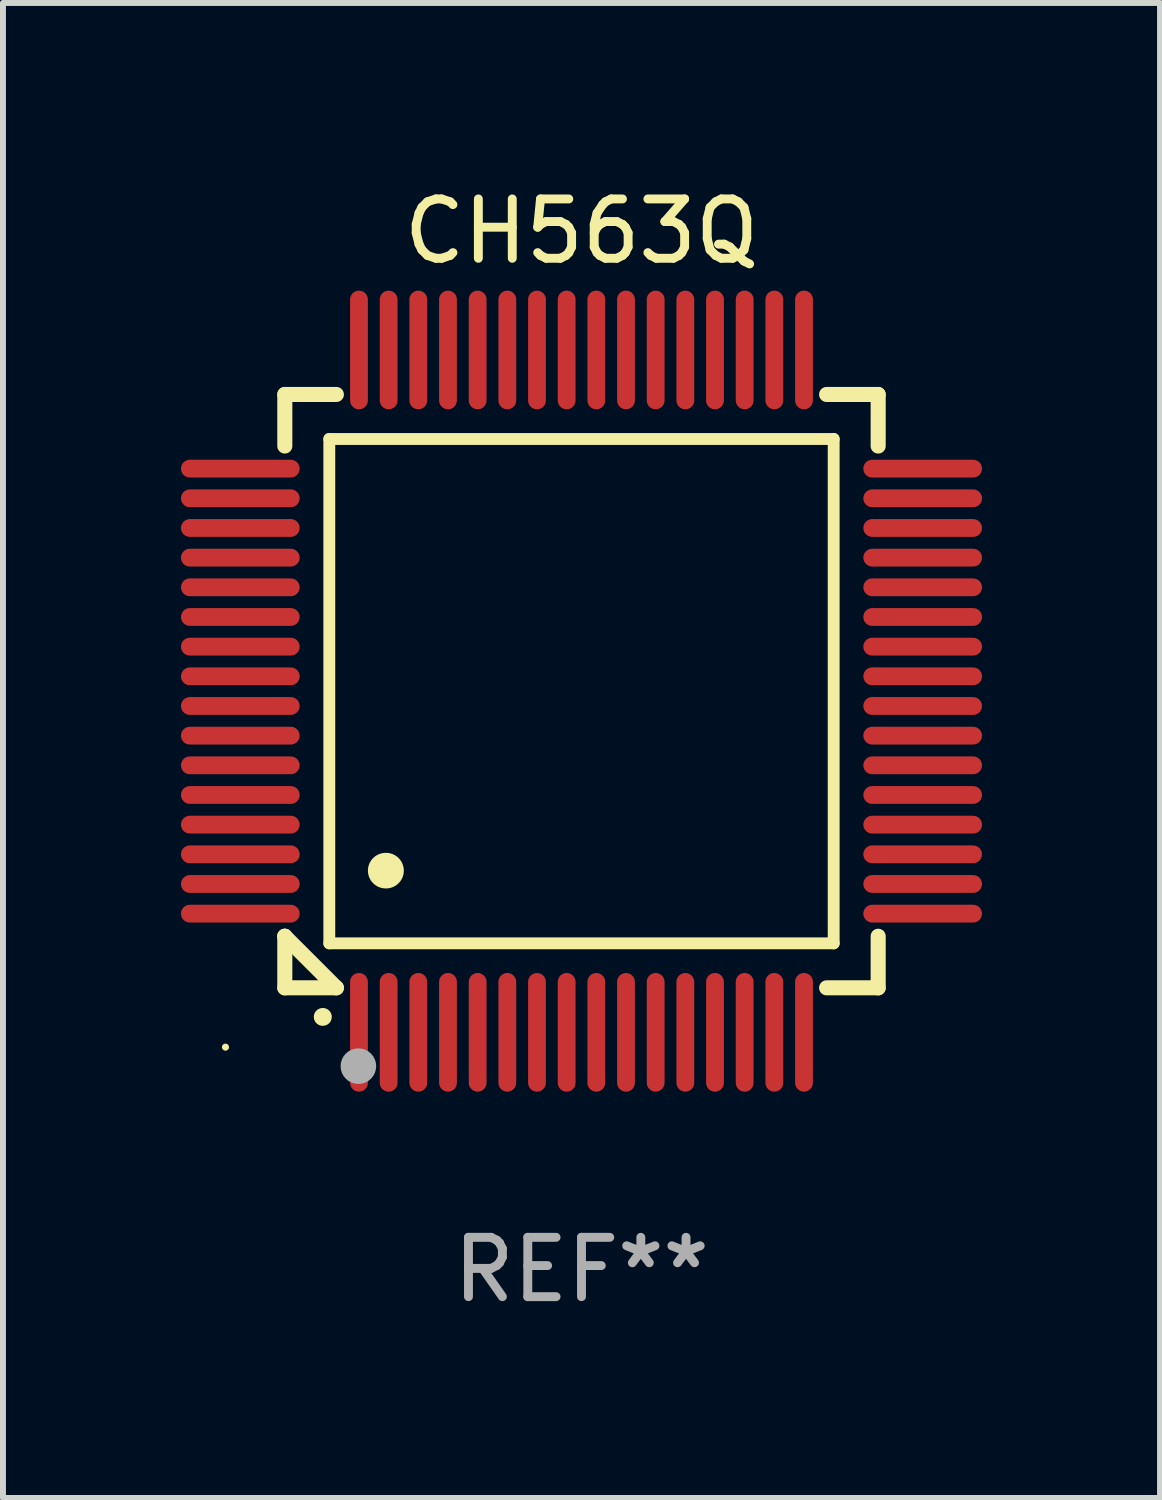
<source format=kicad_pcb>
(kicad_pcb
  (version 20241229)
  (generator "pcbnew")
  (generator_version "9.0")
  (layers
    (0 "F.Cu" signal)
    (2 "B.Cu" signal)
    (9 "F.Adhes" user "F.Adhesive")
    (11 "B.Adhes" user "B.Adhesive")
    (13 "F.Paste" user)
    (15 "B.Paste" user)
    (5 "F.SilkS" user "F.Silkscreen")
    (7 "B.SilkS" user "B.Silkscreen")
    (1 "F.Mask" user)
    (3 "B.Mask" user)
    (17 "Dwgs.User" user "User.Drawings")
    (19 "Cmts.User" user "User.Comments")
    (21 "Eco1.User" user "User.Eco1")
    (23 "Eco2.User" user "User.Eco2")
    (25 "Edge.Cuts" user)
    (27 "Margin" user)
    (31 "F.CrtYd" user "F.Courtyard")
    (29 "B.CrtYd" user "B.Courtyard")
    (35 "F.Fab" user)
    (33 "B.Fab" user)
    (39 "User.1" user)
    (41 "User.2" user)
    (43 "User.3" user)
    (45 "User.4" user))
  (footprint "CH563Q"
    (layer "F.Cu")
    (at 6.75 8.598)
    (property "Reference" "CH563Q" (at 0 -7.75 0) (layer "F.SilkS") (effects (font (size 1 1) (thickness 0.15))))
    (attr through_hole)
    (fp_line (start -5 -5) (end -4.131 -5) (stroke (width 0.254) (type solid)) (layer "F.SilkS"))
    (fp_line (start -5 -4.131) (end -5 -5) (stroke (width 0.254) (type solid)) (layer "F.SilkS"))
    (fp_line (start -5 4.131) (end -5 4.131) (stroke (width 0.254) (type solid)) (layer "F.SilkS"))
    (fp_line (start -5 5) (end -5 4.131) (stroke (width 0.254) (type solid)) (layer "F.SilkS"))
    (fp_line (start -5 4.131) (end -4.131 5) (stroke (width 0.254) (type solid)) (layer "F.SilkS"))
    (fp_line (start -4.25 -4.25) (end -4.25 4.25) (stroke (width 0.2) (type solid)) (layer "F.SilkS"))
    (fp_line (start -4.25 4.25) (end 4.25 4.25) (stroke (width 0.2) (type solid)) (layer "F.SilkS"))
    (fp_line (start -4.131 5) (end -5 5) (stroke (width 0.254) (type solid)) (layer "F.SilkS"))
    (fp_line (start 4.25 -4.25) (end -4.25 -4.25) (stroke (width 0.2) (type solid)) (layer "F.SilkS"))
    (fp_line (start 4.25 4.25) (end 4.25 -4.25) (stroke (width 0.2) (type solid)) (layer "F.SilkS"))
    (fp_line (start 5 -5) (end 4.131 -5) (stroke (width 0.254) (type solid)) (layer "F.SilkS"))
    (fp_line (start 5 -5) (end 5 -4.131) (stroke (width 0.254) (type solid)) (layer "F.SilkS"))
    (fp_line (start 5 4.131) (end 5 5) (stroke (width 0.254) (type solid)) (layer "F.SilkS"))
    (fp_line (start 5 5) (end 4.131 5) (stroke (width 0.254) (type solid)) (layer "F.SilkS"))
    (fp_arc (start -4.361265 5.489992) (mid -4.359995 5.489987) (end -4.358725 5.489992) (stroke (width 0.3) (type solid)) (layer "F.SilkS"))
    (fp_arc (start -3.299467 3.025146) (mid -3.296927 3.025135) (end -3.294387 3.025146) (stroke (width 0.6) (type solid)) (layer "F.SilkS"))
    (fp_circle (center -6 6) (end -5.97 6) (stroke (width 0.06) (type solid)) (fill no) (layer "F.SilkS"))
    (fp_circle (center -3.76 6.32) (end -3.61 6.32) (stroke (width 0.3) (type solid)) (fill no) (layer "F.Fab"))
    (fp_text user "REF**" (at 0 9.75 0) (layer "F.Fab") (effects (font (size 1 1) (thickness 0.15))))
    (pad "1" smd oval (at -3.75 5.75) (size 0.3 2) (layers "F.Cu" "F.Mask" "F.Paste"))
    (pad "2" smd oval (at -3.25 5.75) (size 0.3 2) (layers "F.Cu" "F.Mask" "F.Paste"))
    (pad "3" smd oval (at -2.75 5.75) (size 0.3 2) (layers "F.Cu" "F.Mask" "F.Paste"))
    (pad "4" smd oval (at -2.25 5.75) (size 0.3 2) (layers "F.Cu" "F.Mask" "F.Paste"))
    (pad "5" smd oval (at -1.75 5.75) (size 0.3 2) (layers "F.Cu" "F.Mask" "F.Paste"))
    (pad "6" smd oval (at -1.25 5.75) (size 0.3 2) (layers "F.Cu" "F.Mask" "F.Paste"))
    (pad "7" smd oval (at -0.75 5.75) (size 0.3 2) (layers "F.Cu" "F.Mask" "F.Paste"))
    (pad "8" smd oval (at -0.25 5.75) (size 0.3 2) (layers "F.Cu" "F.Mask" "F.Paste"))
    (pad "9" smd oval (at 0.25 5.75) (size 0.3 2) (layers "F.Cu" "F.Mask" "F.Paste"))
    (pad "10" smd oval (at 0.75 5.75) (size 0.3 2) (layers "F.Cu" "F.Mask" "F.Paste"))
    (pad "11" smd oval (at 1.25 5.75) (size 0.3 2) (layers "F.Cu" "F.Mask" "F.Paste"))
    (pad "12" smd oval (at 1.75 5.75) (size 0.3 2) (layers "F.Cu" "F.Mask" "F.Paste"))
    (pad "13" smd oval (at 2.25 5.75) (size 0.3 2) (layers "F.Cu" "F.Mask" "F.Paste"))
    (pad "14" smd oval (at 2.75 5.75) (size 0.3 2) (layers "F.Cu" "F.Mask" "F.Paste"))
    (pad "15" smd oval (at 3.25 5.75) (size 0.3 2) (layers "F.Cu" "F.Mask" "F.Paste"))
    (pad "16" smd oval (at 3.75 5.75) (size 0.3 2) (layers "F.Cu" "F.Mask" "F.Paste"))
    (pad "17" smd oval (at 5.75 3.75) (size 2 0.3) (layers "F.Cu" "F.Mask" "F.Paste"))
    (pad "18" smd oval (at 5.75 3.25) (size 2 0.3) (layers "F.Cu" "F.Mask" "F.Paste"))
    (pad "19" smd oval (at 5.75 2.75) (size 2 0.3) (layers "F.Cu" "F.Mask" "F.Paste"))
    (pad "20" smd oval (at 5.75 2.25) (size 2 0.3) (layers "F.Cu" "F.Mask" "F.Paste"))
    (pad "21" smd oval (at 5.75 1.75) (size 2 0.3) (layers "F.Cu" "F.Mask" "F.Paste"))
    (pad "22" smd oval (at 5.75 1.25) (size 2 0.3) (layers "F.Cu" "F.Mask" "F.Paste"))
    (pad "23" smd oval (at 5.75 0.75) (size 2 0.3) (layers "F.Cu" "F.Mask" "F.Paste"))
    (pad "24" smd oval (at 5.75 0.25) (size 2 0.3) (layers "F.Cu" "F.Mask" "F.Paste"))
    (pad "25" smd oval (at 5.75 -0.25) (size 2 0.3) (layers "F.Cu" "F.Mask" "F.Paste"))
    (pad "26" smd oval (at 5.75 -0.75) (size 2 0.3) (layers "F.Cu" "F.Mask" "F.Paste"))
    (pad "27" smd oval (at 5.75 -1.25) (size 2 0.3) (layers "F.Cu" "F.Mask" "F.Paste"))
    (pad "28" smd oval (at 5.75 -1.75) (size 2 0.3) (layers "F.Cu" "F.Mask" "F.Paste"))
    (pad "29" smd oval (at 5.75 -2.25) (size 2 0.3) (layers "F.Cu" "F.Mask" "F.Paste"))
    (pad "30" smd oval (at 5.75 -2.75) (size 2 0.3) (layers "F.Cu" "F.Mask" "F.Paste"))
    (pad "31" smd oval (at 5.75 -3.25) (size 2 0.3) (layers "F.Cu" "F.Mask" "F.Paste"))
    (pad "32" smd oval (at 5.75 -3.75) (size 2 0.3) (layers "F.Cu" "F.Mask" "F.Paste"))
    (pad "33" smd oval (at 3.75 -5.75) (size 0.3 2) (layers "F.Cu" "F.Mask" "F.Paste"))
    (pad "34" smd oval (at 3.25 -5.75) (size 0.3 2) (layers "F.Cu" "F.Mask" "F.Paste"))
    (pad "35" smd oval (at 2.75 -5.75) (size 0.3 2) (layers "F.Cu" "F.Mask" "F.Paste"))
    (pad "36" smd oval (at 2.25 -5.75) (size 0.3 2) (layers "F.Cu" "F.Mask" "F.Paste"))
    (pad "37" smd oval (at 1.75 -5.75) (size 0.3 2) (layers "F.Cu" "F.Mask" "F.Paste"))
    (pad "38" smd oval (at 1.25 -5.75) (size 0.3 2) (layers "F.Cu" "F.Mask" "F.Paste"))
    (pad "39" smd oval (at 0.75 -5.75) (size 0.3 2) (layers "F.Cu" "F.Mask" "F.Paste"))
    (pad "40" smd oval (at 0.25 -5.75) (size 0.3 2) (layers "F.Cu" "F.Mask" "F.Paste"))
    (pad "41" smd oval (at -0.25 -5.75) (size 0.3 2) (layers "F.Cu" "F.Mask" "F.Paste"))
    (pad "42" smd oval (at -0.75 -5.75) (size 0.3 2) (layers "F.Cu" "F.Mask" "F.Paste"))
    (pad "43" smd oval (at -1.25 -5.75) (size 0.3 2) (layers "F.Cu" "F.Mask" "F.Paste"))
    (pad "44" smd oval (at -1.75 -5.75) (size 0.3 2) (layers "F.Cu" "F.Mask" "F.Paste"))
    (pad "45" smd oval (at -2.25 -5.75) (size 0.3 2) (layers "F.Cu" "F.Mask" "F.Paste"))
    (pad "46" smd oval (at -2.75 -5.75) (size 0.3 2) (layers "F.Cu" "F.Mask" "F.Paste"))
    (pad "47" smd oval (at -3.25 -5.75) (size 0.3 2) (layers "F.Cu" "F.Mask" "F.Paste"))
    (pad "48" smd oval (at -3.75 -5.75) (size 0.3 2) (layers "F.Cu" "F.Mask" "F.Paste"))
    (pad "49" smd oval (at -5.75 -3.75) (size 2 0.3) (layers "F.Cu" "F.Mask" "F.Paste"))
    (pad "50" smd oval (at -5.75 -3.25) (size 2 0.3) (layers "F.Cu" "F.Mask" "F.Paste"))
    (pad "51" smd oval (at -5.75 -2.75) (size 2 0.3) (layers "F.Cu" "F.Mask" "F.Paste"))
    (pad "52" smd oval (at -5.75 -2.25) (size 2 0.3) (layers "F.Cu" "F.Mask" "F.Paste"))
    (pad "53" smd oval (at -5.75 -1.75) (size 2 0.3) (layers "F.Cu" "F.Mask" "F.Paste"))
    (pad "54" smd oval (at -5.75 -1.25) (size 2 0.3) (layers "F.Cu" "F.Mask" "F.Paste"))
    (pad "55" smd oval (at -5.75 -0.75) (size 2 0.3) (layers "F.Cu" "F.Mask" "F.Paste"))
    (pad "56" smd oval (at -5.75 -0.25) (size 2 0.3) (layers "F.Cu" "F.Mask" "F.Paste"))
    (pad "57" smd oval (at -5.75 0.25) (size 2 0.3) (layers "F.Cu" "F.Mask" "F.Paste"))
    (pad "58" smd oval (at -5.75 0.75) (size 2 0.3) (layers "F.Cu" "F.Mask" "F.Paste"))
    (pad "59" smd oval (at -5.75 1.25) (size 2 0.3) (layers "F.Cu" "F.Mask" "F.Paste"))
    (pad "60" smd oval (at -5.75 1.75) (size 2 0.3) (layers "F.Cu" "F.Mask" "F.Paste"))
    (pad "61" smd oval (at -5.75 2.25) (size 2 0.3) (layers "F.Cu" "F.Mask" "F.Paste"))
    (pad "62" smd oval (at -5.75 2.75) (size 2 0.3) (layers "F.Cu" "F.Mask" "F.Paste"))
    (pad "63" smd oval (at -5.75 3.25) (size 2 0.3) (layers "F.Cu" "F.Mask" "F.Paste"))
    (pad "64" smd oval (at -5.75 3.75) (size 2 0.3) (layers "F.Cu" "F.Mask" "F.Paste")))
  (gr_rect
    (start -3 -3)
    (end 16.5 22.196)
    (stroke (width 0.1) (type default))
    (fill no)
    (layer "Edge.Cuts")))
</source>
